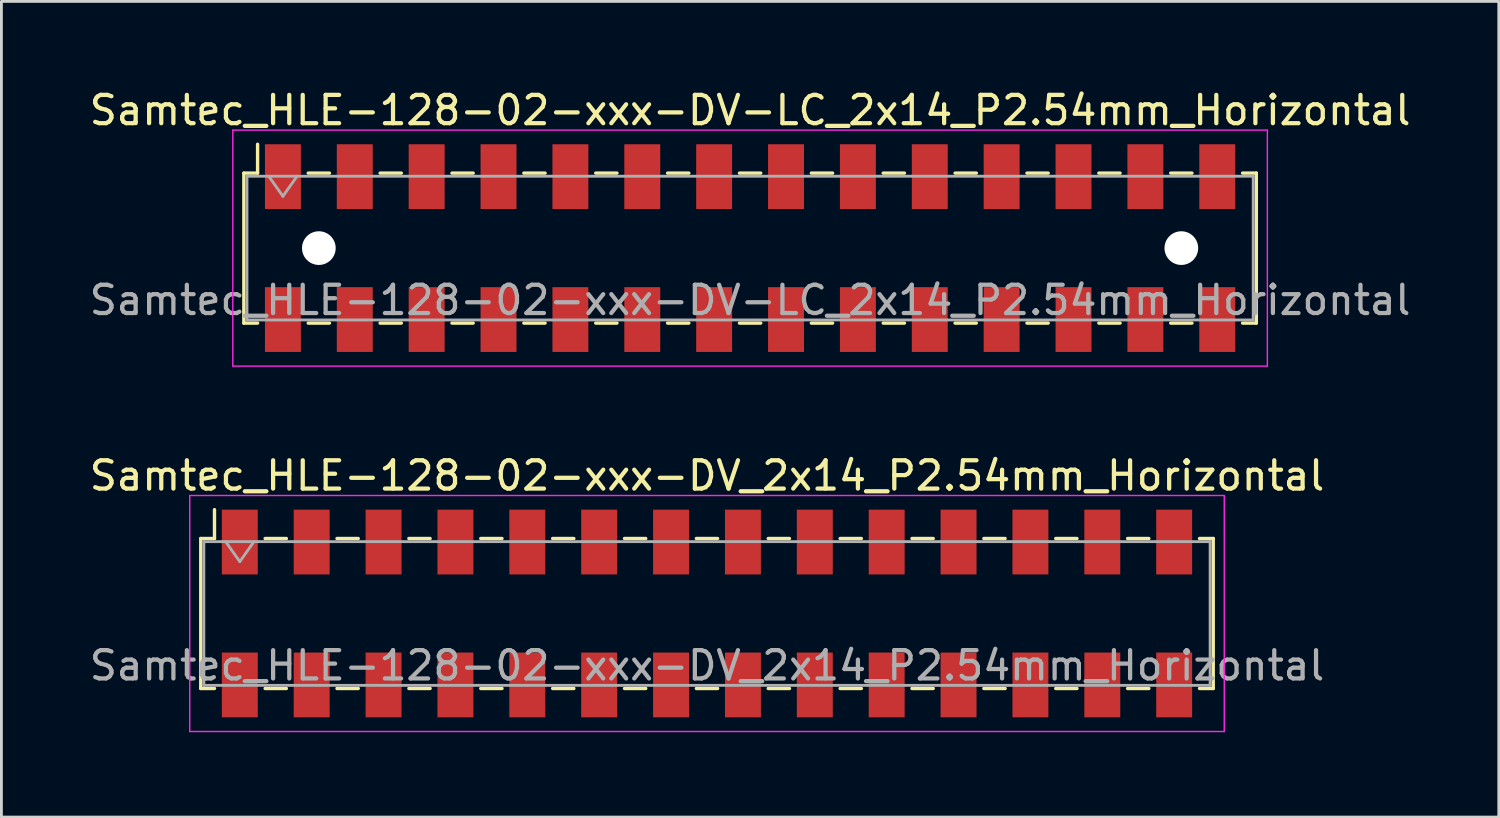
<source format=kicad_pcb>
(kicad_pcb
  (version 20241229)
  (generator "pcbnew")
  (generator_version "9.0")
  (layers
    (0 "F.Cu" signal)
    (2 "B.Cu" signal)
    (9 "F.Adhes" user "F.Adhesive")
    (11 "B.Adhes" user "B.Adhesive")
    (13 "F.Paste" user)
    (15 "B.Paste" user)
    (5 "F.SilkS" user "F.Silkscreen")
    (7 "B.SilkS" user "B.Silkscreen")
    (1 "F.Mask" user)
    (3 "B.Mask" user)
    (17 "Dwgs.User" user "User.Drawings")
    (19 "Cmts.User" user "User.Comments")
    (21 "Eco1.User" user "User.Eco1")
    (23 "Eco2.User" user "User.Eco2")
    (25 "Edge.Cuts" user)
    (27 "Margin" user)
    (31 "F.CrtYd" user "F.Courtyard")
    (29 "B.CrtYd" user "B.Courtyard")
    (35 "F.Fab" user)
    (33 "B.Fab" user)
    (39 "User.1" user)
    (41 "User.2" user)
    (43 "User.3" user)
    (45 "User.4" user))
  (footprint "Samtec_HLE-128-02-xxx-DV_2x14_P2.54mm_Horizontal"
    (layer "F.Cu")
    (at 21.935 18.631)
    (property "Reference" "Samtec_HLE-128-02-xxx-DV_2x14_P2.54mm_Horizontal" (at 0 -4.87 0) (layer "F.SilkS") (effects (font (size 1 1) (thickness 0.15))))
    (attr smd)
    (fp_line (start -17.89 -2.65) (end -17.89 2.65) (stroke (width 0.12) (type solid)) (layer "F.SilkS"))
    (fp_line (start -17.89 2.65) (end -17.405 2.65) (stroke (width 0.12) (type solid)) (layer "F.SilkS"))
    (fp_line (start -17.405 -3.67) (end -17.405 -2.65) (stroke (width 0.12) (type solid)) (layer "F.SilkS"))
    (fp_line (start -17.405 -2.65) (end -17.89 -2.65) (stroke (width 0.12) (type solid)) (layer "F.SilkS"))
    (fp_line (start -15.615 -2.65) (end -14.865 -2.65) (stroke (width 0.12) (type solid)) (layer "F.SilkS"))
    (fp_line (start -15.615 2.65) (end -14.865 2.65) (stroke (width 0.12) (type solid)) (layer "F.SilkS"))
    (fp_line (start -13.075 -2.65) (end -12.325 -2.65) (stroke (width 0.12) (type solid)) (layer "F.SilkS"))
    (fp_line (start -13.075 2.65) (end -12.325 2.65) (stroke (width 0.12) (type solid)) (layer "F.SilkS"))
    (fp_line (start -10.535 -2.65) (end -9.785 -2.65) (stroke (width 0.12) (type solid)) (layer "F.SilkS"))
    (fp_line (start -10.535 2.65) (end -9.785 2.65) (stroke (width 0.12) (type solid)) (layer "F.SilkS"))
    (fp_line (start -7.995 -2.65) (end -7.245 -2.65) (stroke (width 0.12) (type solid)) (layer "F.SilkS"))
    (fp_line (start -7.995 2.65) (end -7.245 2.65) (stroke (width 0.12) (type solid)) (layer "F.SilkS"))
    (fp_line (start -5.455 -2.65) (end -4.705 -2.65) (stroke (width 0.12) (type solid)) (layer "F.SilkS"))
    (fp_line (start -5.455 2.65) (end -4.705 2.65) (stroke (width 0.12) (type solid)) (layer "F.SilkS"))
    (fp_line (start -2.915 -2.65) (end -2.165 -2.65) (stroke (width 0.12) (type solid)) (layer "F.SilkS"))
    (fp_line (start -2.915 2.65) (end -2.165 2.65) (stroke (width 0.12) (type solid)) (layer "F.SilkS"))
    (fp_line (start -0.375 -2.65) (end 0.375 -2.65) (stroke (width 0.12) (type solid)) (layer "F.SilkS"))
    (fp_line (start -0.375 2.65) (end 0.375 2.65) (stroke (width 0.12) (type solid)) (layer "F.SilkS"))
    (fp_line (start 2.165 -2.65) (end 2.915 -2.65) (stroke (width 0.12) (type solid)) (layer "F.SilkS"))
    (fp_line (start 2.165 2.65) (end 2.915 2.65) (stroke (width 0.12) (type solid)) (layer "F.SilkS"))
    (fp_line (start 4.705 -2.65) (end 5.455 -2.65) (stroke (width 0.12) (type solid)) (layer "F.SilkS"))
    (fp_line (start 4.705 2.65) (end 5.455 2.65) (stroke (width 0.12) (type solid)) (layer "F.SilkS"))
    (fp_line (start 7.245 -2.65) (end 7.995 -2.65) (stroke (width 0.12) (type solid)) (layer "F.SilkS"))
    (fp_line (start 7.245 2.65) (end 7.995 2.65) (stroke (width 0.12) (type solid)) (layer "F.SilkS"))
    (fp_line (start 9.785 -2.65) (end 10.535 -2.65) (stroke (width 0.12) (type solid)) (layer "F.SilkS"))
    (fp_line (start 9.785 2.65) (end 10.535 2.65) (stroke (width 0.12) (type solid)) (layer "F.SilkS"))
    (fp_line (start 12.325 -2.65) (end 13.075 -2.65) (stroke (width 0.12) (type solid)) (layer "F.SilkS"))
    (fp_line (start 12.325 2.65) (end 13.075 2.65) (stroke (width 0.12) (type solid)) (layer "F.SilkS"))
    (fp_line (start 14.865 -2.65) (end 15.615 -2.65) (stroke (width 0.12) (type solid)) (layer "F.SilkS"))
    (fp_line (start 14.865 2.65) (end 15.615 2.65) (stroke (width 0.12) (type solid)) (layer "F.SilkS"))
    (fp_line (start 17.405 -2.65) (end 17.89 -2.65) (stroke (width 0.12) (type solid)) (layer "F.SilkS"))
    (fp_line (start 17.89 -2.65) (end 17.89 2.65) (stroke (width 0.12) (type solid)) (layer "F.SilkS"))
    (fp_line (start 17.89 2.65) (end 17.405 2.65) (stroke (width 0.12) (type solid)) (layer "F.SilkS"))
    (fp_line (start -18.28 -4.17) (end 18.28 -4.17) (stroke (width 0.05) (type solid)) (layer "F.CrtYd"))
    (fp_line (start -18.28 4.17) (end -18.28 -4.17) (stroke (width 0.05) (type solid)) (layer "F.CrtYd"))
    (fp_line (start 18.28 -4.17) (end 18.28 4.17) (stroke (width 0.05) (type solid)) (layer "F.CrtYd"))
    (fp_line (start 18.28 4.17) (end -18.28 4.17) (stroke (width 0.05) (type solid)) (layer "F.CrtYd"))
    (fp_line (start -17.78 -2.54) (end 17.78 -2.54) (stroke (width 0.1) (type solid)) (layer "F.Fab"))
    (fp_line (start -17.78 2.54) (end -17.78 -2.54) (stroke (width 0.1) (type solid)) (layer "F.Fab"))
    (fp_line (start -17.01 -2.54) (end -16.51 -1.833) (stroke (width 0.1) (type solid)) (layer "F.Fab"))
    (fp_line (start -16.51 -1.833) (end -16.01 -2.54) (stroke (width 0.1) (type solid)) (layer "F.Fab"))
    (fp_line (start 17.78 -2.54) (end 17.78 2.54) (stroke (width 0.1) (type solid)) (layer "F.Fab"))
    (fp_line (start 17.78 2.54) (end -17.78 2.54) (stroke (width 0.1) (type solid)) (layer "F.Fab"))
    (fp_text user "${REFERENCE}" (at 0 1.84 0) (layer "F.Fab") (effects (font (size 1 1) (thickness 0.15))))
    (pad "1" smd rect (at -16.51 -2.525) (size 1.27 2.29) (layers "F.Cu" "F.Mask" "F.Paste"))
    (pad "2" smd rect (at -16.51 2.525) (size 1.27 2.29) (layers "F.Cu" "F.Mask" "F.Paste"))
    (pad "3" smd rect (at -13.97 -2.525) (size 1.27 2.29) (layers "F.Cu" "F.Mask" "F.Paste"))
    (pad "4" smd rect (at -13.97 2.525) (size 1.27 2.29) (layers "F.Cu" "F.Mask" "F.Paste"))
    (pad "5" smd rect (at -11.43 -2.525) (size 1.27 2.29) (layers "F.Cu" "F.Mask" "F.Paste"))
    (pad "6" smd rect (at -11.43 2.525) (size 1.27 2.29) (layers "F.Cu" "F.Mask" "F.Paste"))
    (pad "7" smd rect (at -8.89 -2.525) (size 1.27 2.29) (layers "F.Cu" "F.Mask" "F.Paste"))
    (pad "8" smd rect (at -8.89 2.525) (size 1.27 2.29) (layers "F.Cu" "F.Mask" "F.Paste"))
    (pad "9" smd rect (at -6.35 -2.525) (size 1.27 2.29) (layers "F.Cu" "F.Mask" "F.Paste"))
    (pad "10" smd rect (at -6.35 2.525) (size 1.27 2.29) (layers "F.Cu" "F.Mask" "F.Paste"))
    (pad "11" smd rect (at -3.81 -2.525) (size 1.27 2.29) (layers "F.Cu" "F.Mask" "F.Paste"))
    (pad "12" smd rect (at -3.81 2.525) (size 1.27 2.29) (layers "F.Cu" "F.Mask" "F.Paste"))
    (pad "13" smd rect (at -1.27 -2.525) (size 1.27 2.29) (layers "F.Cu" "F.Mask" "F.Paste"))
    (pad "14" smd rect (at -1.27 2.525) (size 1.27 2.29) (layers "F.Cu" "F.Mask" "F.Paste"))
    (pad "15" smd rect (at 1.27 -2.525) (size 1.27 2.29) (layers "F.Cu" "F.Mask" "F.Paste"))
    (pad "16" smd rect (at 1.27 2.525) (size 1.27 2.29) (layers "F.Cu" "F.Mask" "F.Paste"))
    (pad "17" smd rect (at 3.81 -2.525) (size 1.27 2.29) (layers "F.Cu" "F.Mask" "F.Paste"))
    (pad "18" smd rect (at 3.81 2.525) (size 1.27 2.29) (layers "F.Cu" "F.Mask" "F.Paste"))
    (pad "19" smd rect (at 6.35 -2.525) (size 1.27 2.29) (layers "F.Cu" "F.Mask" "F.Paste"))
    (pad "20" smd rect (at 6.35 2.525) (size 1.27 2.29) (layers "F.Cu" "F.Mask" "F.Paste"))
    (pad "21" smd rect (at 8.89 -2.525) (size 1.27 2.29) (layers "F.Cu" "F.Mask" "F.Paste"))
    (pad "22" smd rect (at 8.89 2.525) (size 1.27 2.29) (layers "F.Cu" "F.Mask" "F.Paste"))
    (pad "23" smd rect (at 11.43 -2.525) (size 1.27 2.29) (layers "F.Cu" "F.Mask" "F.Paste"))
    (pad "24" smd rect (at 11.43 2.525) (size 1.27 2.29) (layers "F.Cu" "F.Mask" "F.Paste"))
    (pad "25" smd rect (at 13.97 -2.525) (size 1.27 2.29) (layers "F.Cu" "F.Mask" "F.Paste"))
    (pad "26" smd rect (at 13.97 2.525) (size 1.27 2.29) (layers "F.Cu" "F.Mask" "F.Paste"))
    (pad "27" smd rect (at 16.51 -2.525) (size 1.27 2.29) (layers "F.Cu" "F.Mask" "F.Paste"))
    (pad "28" smd rect (at 16.51 2.525) (size 1.27 2.29) (layers "F.Cu" "F.Mask" "F.Paste")))
  (footprint "Samtec_HLE-128-02-xxx-DV-LC_2x14_P2.54mm_Horizontal"
    (layer "F.Cu")
    (at 23.458 5.718)
    (property "Reference" "Samtec_HLE-128-02-xxx-DV-LC_2x14_P2.54mm_Horizontal" (at 0 -4.87 0) (layer "F.SilkS") (effects (font (size 1 1) (thickness 0.15))))
    (attr smd)
    (fp_line (start -17.89 -2.65) (end -17.89 2.65) (stroke (width 0.12) (type solid)) (layer "F.SilkS"))
    (fp_line (start -17.89 2.65) (end -17.405 2.65) (stroke (width 0.12) (type solid)) (layer "F.SilkS"))
    (fp_line (start -17.405 -3.67) (end -17.405 -2.65) (stroke (width 0.12) (type solid)) (layer "F.SilkS"))
    (fp_line (start -17.405 -2.65) (end -17.89 -2.65) (stroke (width 0.12) (type solid)) (layer "F.SilkS"))
    (fp_line (start -15.615 -2.65) (end -14.865 -2.65) (stroke (width 0.12) (type solid)) (layer "F.SilkS"))
    (fp_line (start -15.615 2.65) (end -14.865 2.65) (stroke (width 0.12) (type solid)) (layer "F.SilkS"))
    (fp_line (start -13.075 -2.65) (end -12.325 -2.65) (stroke (width 0.12) (type solid)) (layer "F.SilkS"))
    (fp_line (start -13.075 2.65) (end -12.325 2.65) (stroke (width 0.12) (type solid)) (layer "F.SilkS"))
    (fp_line (start -10.535 -2.65) (end -9.785 -2.65) (stroke (width 0.12) (type solid)) (layer "F.SilkS"))
    (fp_line (start -10.535 2.65) (end -9.785 2.65) (stroke (width 0.12) (type solid)) (layer "F.SilkS"))
    (fp_line (start -7.995 -2.65) (end -7.245 -2.65) (stroke (width 0.12) (type solid)) (layer "F.SilkS"))
    (fp_line (start -7.995 2.65) (end -7.245 2.65) (stroke (width 0.12) (type solid)) (layer "F.SilkS"))
    (fp_line (start -5.455 -2.65) (end -4.705 -2.65) (stroke (width 0.12) (type solid)) (layer "F.SilkS"))
    (fp_line (start -5.455 2.65) (end -4.705 2.65) (stroke (width 0.12) (type solid)) (layer "F.SilkS"))
    (fp_line (start -2.915 -2.65) (end -2.165 -2.65) (stroke (width 0.12) (type solid)) (layer "F.SilkS"))
    (fp_line (start -2.915 2.65) (end -2.165 2.65) (stroke (width 0.12) (type solid)) (layer "F.SilkS"))
    (fp_line (start -0.375 -2.65) (end 0.375 -2.65) (stroke (width 0.12) (type solid)) (layer "F.SilkS"))
    (fp_line (start -0.375 2.65) (end 0.375 2.65) (stroke (width 0.12) (type solid)) (layer "F.SilkS"))
    (fp_line (start 2.165 -2.65) (end 2.915 -2.65) (stroke (width 0.12) (type solid)) (layer "F.SilkS"))
    (fp_line (start 2.165 2.65) (end 2.915 2.65) (stroke (width 0.12) (type solid)) (layer "F.SilkS"))
    (fp_line (start 4.705 -2.65) (end 5.455 -2.65) (stroke (width 0.12) (type solid)) (layer "F.SilkS"))
    (fp_line (start 4.705 2.65) (end 5.455 2.65) (stroke (width 0.12) (type solid)) (layer "F.SilkS"))
    (fp_line (start 7.245 -2.65) (end 7.995 -2.65) (stroke (width 0.12) (type solid)) (layer "F.SilkS"))
    (fp_line (start 7.245 2.65) (end 7.995 2.65) (stroke (width 0.12) (type solid)) (layer "F.SilkS"))
    (fp_line (start 9.785 -2.65) (end 10.535 -2.65) (stroke (width 0.12) (type solid)) (layer "F.SilkS"))
    (fp_line (start 9.785 2.65) (end 10.535 2.65) (stroke (width 0.12) (type solid)) (layer "F.SilkS"))
    (fp_line (start 12.325 -2.65) (end 13.075 -2.65) (stroke (width 0.12) (type solid)) (layer "F.SilkS"))
    (fp_line (start 12.325 2.65) (end 13.075 2.65) (stroke (width 0.12) (type solid)) (layer "F.SilkS"))
    (fp_line (start 14.865 -2.65) (end 15.615 -2.65) (stroke (width 0.12) (type solid)) (layer "F.SilkS"))
    (fp_line (start 14.865 2.65) (end 15.615 2.65) (stroke (width 0.12) (type solid)) (layer "F.SilkS"))
    (fp_line (start 17.405 -2.65) (end 17.89 -2.65) (stroke (width 0.12) (type solid)) (layer "F.SilkS"))
    (fp_line (start 17.89 -2.65) (end 17.89 2.65) (stroke (width 0.12) (type solid)) (layer "F.SilkS"))
    (fp_line (start 17.89 2.65) (end 17.405 2.65) (stroke (width 0.12) (type solid)) (layer "F.SilkS"))
    (fp_line (start -18.28 -4.17) (end 18.28 -4.17) (stroke (width 0.05) (type solid)) (layer "F.CrtYd"))
    (fp_line (start -18.28 4.17) (end -18.28 -4.17) (stroke (width 0.05) (type solid)) (layer "F.CrtYd"))
    (fp_line (start 18.28 -4.17) (end 18.28 4.17) (stroke (width 0.05) (type solid)) (layer "F.CrtYd"))
    (fp_line (start 18.28 4.17) (end -18.28 4.17) (stroke (width 0.05) (type solid)) (layer "F.CrtYd"))
    (fp_line (start -17.78 -2.54) (end 17.78 -2.54) (stroke (width 0.1) (type solid)) (layer "F.Fab"))
    (fp_line (start -17.78 2.54) (end -17.78 -2.54) (stroke (width 0.1) (type solid)) (layer "F.Fab"))
    (fp_line (start -17.01 -2.54) (end -16.51 -1.833) (stroke (width 0.1) (type solid)) (layer "F.Fab"))
    (fp_line (start -16.51 -1.833) (end -16.01 -2.54) (stroke (width 0.1) (type solid)) (layer "F.Fab"))
    (fp_line (start 17.78 -2.54) (end 17.78 2.54) (stroke (width 0.1) (type solid)) (layer "F.Fab"))
    (fp_line (start 17.78 2.54) (end -17.78 2.54) (stroke (width 0.1) (type solid)) (layer "F.Fab"))
    (fp_text user "${REFERENCE}" (at 0 1.84 0) (layer "F.Fab") (effects (font (size 1 1) (thickness 0.15))))
    (pad "" np_thru_hole circle (at -15.24 0) (size 1.19 1.19) (drill 1.19) (layers "*.Cu" "*.Mask"))
    (pad "" np_thru_hole circle (at 15.24 0) (size 1.19 1.19) (drill 1.19) (layers "*.Cu" "*.Mask"))
    (pad "1" smd rect (at -16.51 -2.525) (size 1.27 2.29) (layers "F.Cu" "F.Mask" "F.Paste"))
    (pad "2" smd rect (at -16.51 2.525) (size 1.27 2.29) (layers "F.Cu" "F.Mask" "F.Paste"))
    (pad "3" smd rect (at -13.97 -2.525) (size 1.27 2.29) (layers "F.Cu" "F.Mask" "F.Paste"))
    (pad "4" smd rect (at -13.97 2.525) (size 1.27 2.29) (layers "F.Cu" "F.Mask" "F.Paste"))
    (pad "5" smd rect (at -11.43 -2.525) (size 1.27 2.29) (layers "F.Cu" "F.Mask" "F.Paste"))
    (pad "6" smd rect (at -11.43 2.525) (size 1.27 2.29) (layers "F.Cu" "F.Mask" "F.Paste"))
    (pad "7" smd rect (at -8.89 -2.525) (size 1.27 2.29) (layers "F.Cu" "F.Mask" "F.Paste"))
    (pad "8" smd rect (at -8.89 2.525) (size 1.27 2.29) (layers "F.Cu" "F.Mask" "F.Paste"))
    (pad "9" smd rect (at -6.35 -2.525) (size 1.27 2.29) (layers "F.Cu" "F.Mask" "F.Paste"))
    (pad "10" smd rect (at -6.35 2.525) (size 1.27 2.29) (layers "F.Cu" "F.Mask" "F.Paste"))
    (pad "11" smd rect (at -3.81 -2.525) (size 1.27 2.29) (layers "F.Cu" "F.Mask" "F.Paste"))
    (pad "12" smd rect (at -3.81 2.525) (size 1.27 2.29) (layers "F.Cu" "F.Mask" "F.Paste"))
    (pad "13" smd rect (at -1.27 -2.525) (size 1.27 2.29) (layers "F.Cu" "F.Mask" "F.Paste"))
    (pad "14" smd rect (at -1.27 2.525) (size 1.27 2.29) (layers "F.Cu" "F.Mask" "F.Paste"))
    (pad "15" smd rect (at 1.27 -2.525) (size 1.27 2.29) (layers "F.Cu" "F.Mask" "F.Paste"))
    (pad "16" smd rect (at 1.27 2.525) (size 1.27 2.29) (layers "F.Cu" "F.Mask" "F.Paste"))
    (pad "17" smd rect (at 3.81 -2.525) (size 1.27 2.29) (layers "F.Cu" "F.Mask" "F.Paste"))
    (pad "18" smd rect (at 3.81 2.525) (size 1.27 2.29) (layers "F.Cu" "F.Mask" "F.Paste"))
    (pad "19" smd rect (at 6.35 -2.525) (size 1.27 2.29) (layers "F.Cu" "F.Mask" "F.Paste"))
    (pad "20" smd rect (at 6.35 2.525) (size 1.27 2.29) (layers "F.Cu" "F.Mask" "F.Paste"))
    (pad "21" smd rect (at 8.89 -2.525) (size 1.27 2.29) (layers "F.Cu" "F.Mask" "F.Paste"))
    (pad "22" smd rect (at 8.89 2.525) (size 1.27 2.29) (layers "F.Cu" "F.Mask" "F.Paste"))
    (pad "23" smd rect (at 11.43 -2.525) (size 1.27 2.29) (layers "F.Cu" "F.Mask" "F.Paste"))
    (pad "24" smd rect (at 11.43 2.525) (size 1.27 2.29) (layers "F.Cu" "F.Mask" "F.Paste"))
    (pad "25" smd rect (at 13.97 -2.525) (size 1.27 2.29) (layers "F.Cu" "F.Mask" "F.Paste"))
    (pad "26" smd rect (at 13.97 2.525) (size 1.27 2.29) (layers "F.Cu" "F.Mask" "F.Paste"))
    (pad "27" smd rect (at 16.51 -2.525) (size 1.27 2.29) (layers "F.Cu" "F.Mask" "F.Paste"))
    (pad "28" smd rect (at 16.51 2.525) (size 1.27 2.29) (layers "F.Cu" "F.Mask" "F.Paste")))
  (gr_rect
    (start -3 -3)
    (end 49.917 25.826)
    (stroke (width 0.1) (type default))
    (fill no)
    (layer "Edge.Cuts")))
</source>
